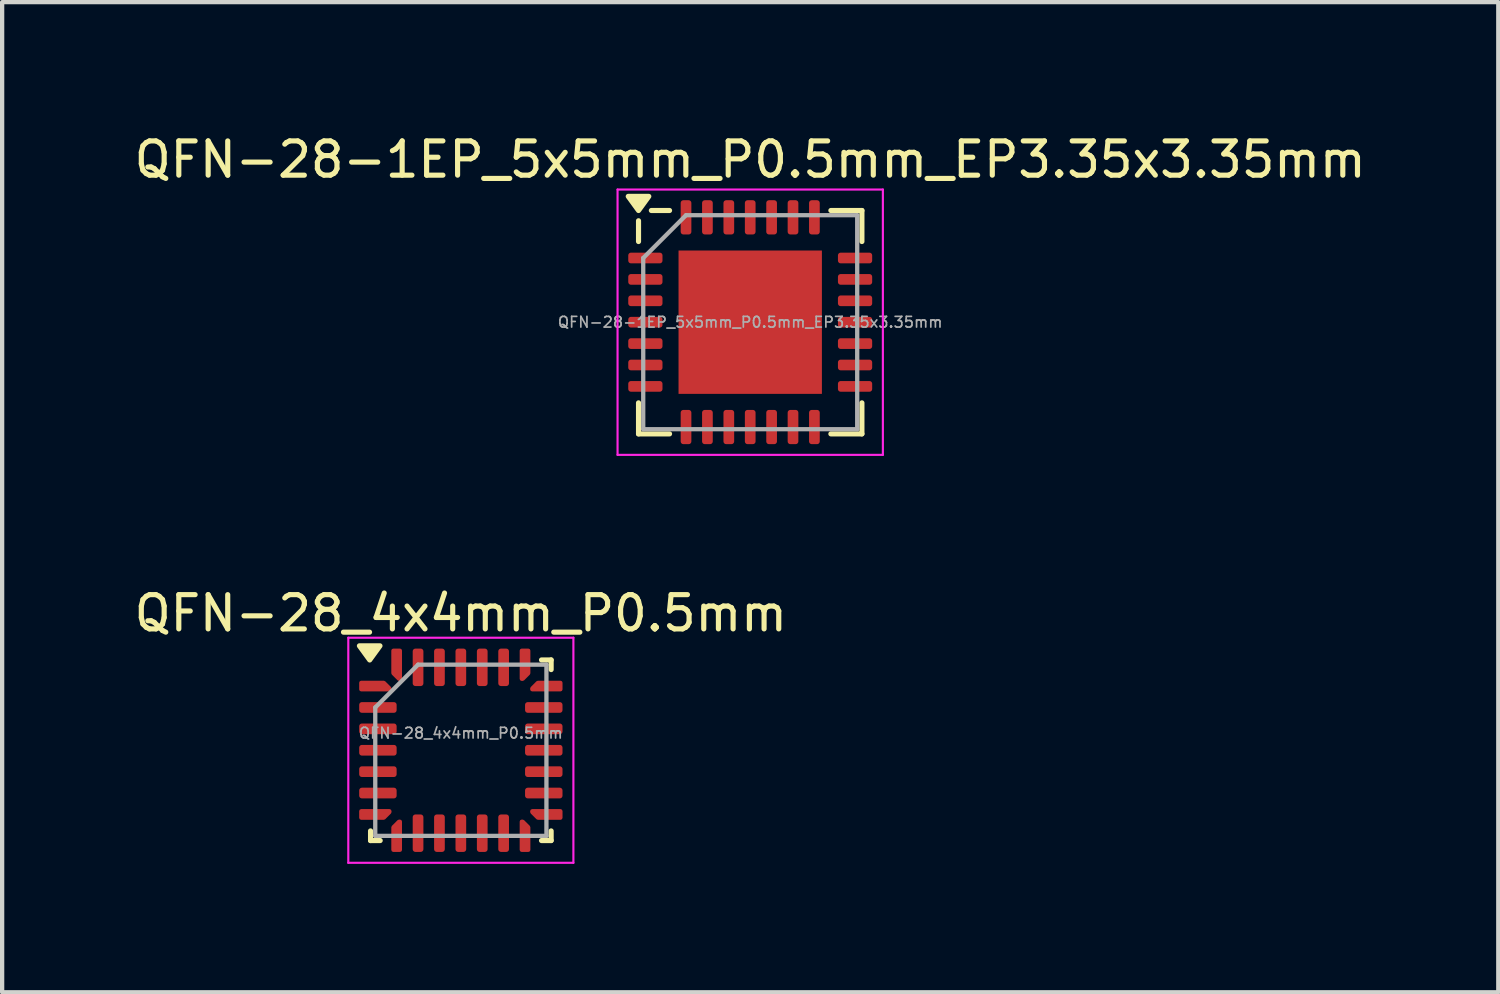
<source format=kicad_pcb>
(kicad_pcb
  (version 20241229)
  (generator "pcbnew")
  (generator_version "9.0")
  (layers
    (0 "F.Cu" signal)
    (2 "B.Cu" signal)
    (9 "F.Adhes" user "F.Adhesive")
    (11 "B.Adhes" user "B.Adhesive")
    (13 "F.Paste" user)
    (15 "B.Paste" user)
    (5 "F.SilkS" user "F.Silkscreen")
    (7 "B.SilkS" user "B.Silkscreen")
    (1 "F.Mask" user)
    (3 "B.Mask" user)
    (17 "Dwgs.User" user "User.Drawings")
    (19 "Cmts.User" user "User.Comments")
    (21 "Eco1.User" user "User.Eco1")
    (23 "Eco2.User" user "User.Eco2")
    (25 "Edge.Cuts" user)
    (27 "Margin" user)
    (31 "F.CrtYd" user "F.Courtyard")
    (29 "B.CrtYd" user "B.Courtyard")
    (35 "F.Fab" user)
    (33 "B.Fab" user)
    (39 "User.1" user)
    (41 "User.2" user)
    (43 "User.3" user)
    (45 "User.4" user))
  (footprint "QFN-28_4x4mm_P0.5mm"
    (layer "F.Cu")
    (at 7.719 14.482)
    (property "Reference" "QFN-28_4x4mm_P0.5mm" (at 0 -3.2 0) (layer "F.SilkS") (effects (font (size 0.8 0.8) (thickness 0.12))))
    (attr smd)
    (fp_line (start -2.11 2.11) (end -2.11 1.885) (stroke (width 0.12) (type solid)) (layer "F.SilkS"))
    (fp_line (start -1.885 2.11) (end -2.11 2.11) (stroke (width 0.12) (type solid)) (layer "F.SilkS"))
    (fp_line (start 1.885 -2.11) (end 2.11 -2.11) (stroke (width 0.12) (type solid)) (layer "F.SilkS"))
    (fp_line (start 1.885 2.11) (end 2.11 2.11) (stroke (width 0.12) (type solid)) (layer "F.SilkS"))
    (fp_line (start 2.11 -2.11) (end 2.11 -1.885) (stroke (width 0.12) (type solid)) (layer "F.SilkS"))
    (fp_line (start 2.11 2.11) (end 2.11 1.885) (stroke (width 0.12) (type solid)) (layer "F.SilkS"))
    (fp_poly (pts (xy -2.13 -2.11) (xy -2.37 -2.44) (xy -1.89 -2.44) (xy -2.13 -2.11)) (stroke (width 0.12) (type solid)) (fill yes) (layer "F.SilkS"))
    (fp_line (start -2.63 -2.63) (end -2.63 2.63) (stroke (width 0.05) (type solid)) (layer "F.CrtYd"))
    (fp_line (start -2.63 2.63) (end 2.63 2.63) (stroke (width 0.05) (type solid)) (layer "F.CrtYd"))
    (fp_line (start 2.63 -2.63) (end -2.63 -2.63) (stroke (width 0.05) (type solid)) (layer "F.CrtYd"))
    (fp_line (start 2.63 2.63) (end 2.63 -2.63) (stroke (width 0.05) (type solid)) (layer "F.CrtYd"))
    (fp_line (start -2 -1) (end -1 -2) (stroke (width 0.1) (type solid)) (layer "F.Fab"))
    (fp_line (start -2 2) (end -2 -1) (stroke (width 0.1) (type solid)) (layer "F.Fab"))
    (fp_line (start -1 -2) (end 2 -2) (stroke (width 0.1) (type solid)) (layer "F.Fab"))
    (fp_line (start 2 -2) (end 2 2) (stroke (width 0.1) (type solid)) (layer "F.Fab"))
    (fp_line (start 2 2) (end -2 2) (stroke (width 0.1) (type solid)) (layer "F.Fab"))
    (fp_text user "${REFERENCE}" (at 0 -0.4 0) (layer "F.Fab") (effects (font (size 0.25 0.25) (thickness 0.04))))
    (pad "1" smd custom (at -1.998 -1.5) (size 0.137 0.137) (layers "F.Cu" "F.Mask" "F.Paste") (options (anchor circle)) (primitives (gr_poly (pts (xy -0.333 -0.08) (xy 0.199 -0.08) (xy 0.333 0.054) (xy 0.333 0.08) (xy -0.333 0.08)) (width 0.09) (fill yes))))
    (pad "2" smd roundrect (at -1.938 -1) (size 0.875 0.25) (layers "F.Cu" "F.Mask" "F.Paste") (roundrect_rratio 0.25))
    (pad "3" smd roundrect (at -1.938 -0.5) (size 0.875 0.25) (layers "F.Cu" "F.Mask" "F.Paste") (roundrect_rratio 0.25))
    (pad "4" smd roundrect (at -1.938 0) (size 0.875 0.25) (layers "F.Cu" "F.Mask" "F.Paste") (roundrect_rratio 0.25))
    (pad "5" smd roundrect (at -1.938 0.5) (size 0.875 0.25) (layers "F.Cu" "F.Mask" "F.Paste") (roundrect_rratio 0.25))
    (pad "6" smd roundrect (at -1.938 1) (size 0.875 0.25) (layers "F.Cu" "F.Mask" "F.Paste") (roundrect_rratio 0.25))
    (pad "7" smd custom (at -1.998 1.5) (size 0.137 0.137) (layers "F.Cu" "F.Mask" "F.Paste") (options (anchor circle)) (primitives (gr_poly (pts (xy -0.333 -0.08) (xy 0.333 -0.08) (xy 0.333 -0.054) (xy 0.199 0.08) (xy -0.333 0.08)) (width 0.09) (fill yes))))
    (pad "8" smd custom (at -1.5 1.998) (size 0.137 0.137) (layers "F.Cu" "F.Mask" "F.Paste") (options (anchor circle)) (primitives (gr_poly (pts (xy -0.08 -0.199) (xy 0.054 -0.333) (xy 0.08 -0.333) (xy 0.08 0.333) (xy -0.08 0.333)) (width 0.09) (fill yes))))
    (pad "9" smd roundrect (at -1 1.938) (size 0.25 0.875) (layers "F.Cu" "F.Mask" "F.Paste") (roundrect_rratio 0.25))
    (pad "10" smd roundrect (at -0.5 1.938) (size 0.25 0.875) (layers "F.Cu" "F.Mask" "F.Paste") (roundrect_rratio 0.25))
    (pad "11" smd roundrect (at 0 1.938) (size 0.25 0.875) (layers "F.Cu" "F.Mask" "F.Paste") (roundrect_rratio 0.25))
    (pad "12" smd roundrect (at 0.5 1.938) (size 0.25 0.875) (layers "F.Cu" "F.Mask" "F.Paste") (roundrect_rratio 0.25))
    (pad "13" smd roundrect (at 1 1.938) (size 0.25 0.875) (layers "F.Cu" "F.Mask" "F.Paste") (roundrect_rratio 0.25))
    (pad "14" smd custom (at 1.5 1.998) (size 0.137 0.137) (layers "F.Cu" "F.Mask" "F.Paste") (options (anchor circle)) (primitives (gr_poly (pts (xy -0.08 -0.333) (xy -0.054 -0.333) (xy 0.08 -0.199) (xy 0.08 0.333) (xy -0.08 0.333)) (width 0.09) (fill yes))))
    (pad "15" smd custom (at 1.998 1.5) (size 0.137 0.137) (layers "F.Cu" "F.Mask" "F.Paste") (options (anchor circle)) (primitives (gr_poly (pts (xy -0.333 -0.08) (xy 0.333 -0.08) (xy 0.333 0.08) (xy -0.199 0.08) (xy -0.333 -0.054)) (width 0.09) (fill yes))))
    (pad "16" smd roundrect (at 1.938 1) (size 0.875 0.25) (layers "F.Cu" "F.Mask" "F.Paste") (roundrect_rratio 0.25))
    (pad "17" smd roundrect (at 1.938 0.5) (size 0.875 0.25) (layers "F.Cu" "F.Mask" "F.Paste") (roundrect_rratio 0.25))
    (pad "18" smd roundrect (at 1.938 0) (size 0.875 0.25) (layers "F.Cu" "F.Mask" "F.Paste") (roundrect_rratio 0.25))
    (pad "19" smd roundrect (at 1.938 -0.5) (size 0.875 0.25) (layers "F.Cu" "F.Mask" "F.Paste") (roundrect_rratio 0.25))
    (pad "20" smd roundrect (at 1.938 -1) (size 0.875 0.25) (layers "F.Cu" "F.Mask" "F.Paste") (roundrect_rratio 0.25))
    (pad "21" smd custom (at 1.998 -1.5) (size 0.137 0.137) (layers "F.Cu" "F.Mask" "F.Paste") (options (anchor circle)) (primitives (gr_poly (pts (xy -0.333 0.054) (xy -0.199 -0.08) (xy 0.333 -0.08) (xy 0.333 0.08) (xy -0.333 0.08)) (width 0.09) (fill yes))))
    (pad "22" smd custom (at 1.5 -1.998) (size 0.137 0.137) (layers "F.Cu" "F.Mask" "F.Paste") (options (anchor circle)) (primitives (gr_poly (pts (xy -0.08 -0.333) (xy 0.08 -0.333) (xy 0.08 0.199) (xy -0.054 0.333) (xy -0.08 0.333)) (width 0.09) (fill yes))))
    (pad "23" smd roundrect (at 1 -1.938) (size 0.25 0.875) (layers "F.Cu" "F.Mask" "F.Paste") (roundrect_rratio 0.25))
    (pad "24" smd roundrect (at 0.5 -1.938) (size 0.25 0.875) (layers "F.Cu" "F.Mask" "F.Paste") (roundrect_rratio 0.25))
    (pad "25" smd roundrect (at 0 -1.938) (size 0.25 0.875) (layers "F.Cu" "F.Mask" "F.Paste") (roundrect_rratio 0.25))
    (pad "26" smd roundrect (at -0.5 -1.938) (size 0.25 0.875) (layers "F.Cu" "F.Mask" "F.Paste") (roundrect_rratio 0.25))
    (pad "27" smd roundrect (at -1 -1.938) (size 0.25 0.875) (layers "F.Cu" "F.Mask" "F.Paste") (roundrect_rratio 0.25))
    (pad "28" smd custom (at -1.5 -1.998) (size 0.137 0.137) (layers "F.Cu" "F.Mask" "F.Paste") (options (anchor circle)) (primitives (gr_poly (pts (xy -0.08 -0.333) (xy 0.08 -0.333) (xy 0.08 0.333) (xy 0.054 0.333) (xy -0.08 0.199)) (width 0.09) (fill yes)))))
  (footprint "QFN-28-1EP_5x5mm_P0.5mm_EP3.35x3.35mm"
    (layer "F.Cu")
    (at 14.481 4.479)
    (property "Reference" "QFN-28-1EP_5x5mm_P0.5mm_EP3.35x3.35mm" (at 0 -3.8 0) (layer "F.SilkS") (effects (font (size 0.8 0.8) (thickness 0.12))))
    (attr smd)
    (fp_line (start -2.61 -1.885) (end -2.61 -2.37) (stroke (width 0.12) (type solid)) (layer "F.SilkS"))
    (fp_line (start -2.61 2.61) (end -2.61 1.885) (stroke (width 0.12) (type solid)) (layer "F.SilkS"))
    (fp_line (start -1.885 -2.61) (end -2.31 -2.61) (stroke (width 0.12) (type solid)) (layer "F.SilkS"))
    (fp_line (start -1.885 2.61) (end -2.61 2.61) (stroke (width 0.12) (type solid)) (layer "F.SilkS"))
    (fp_line (start 1.885 -2.61) (end 2.61 -2.61) (stroke (width 0.12) (type solid)) (layer "F.SilkS"))
    (fp_line (start 1.885 2.61) (end 2.61 2.61) (stroke (width 0.12) (type solid)) (layer "F.SilkS"))
    (fp_line (start 2.61 -2.61) (end 2.61 -1.885) (stroke (width 0.12) (type solid)) (layer "F.SilkS"))
    (fp_line (start 2.61 2.61) (end 2.61 1.885) (stroke (width 0.12) (type solid)) (layer "F.SilkS"))
    (fp_poly (pts (xy -2.61 -2.61) (xy -2.85 -2.94) (xy -2.37 -2.94) (xy -2.61 -2.61)) (stroke (width 0.12) (type solid)) (fill yes) (layer "F.SilkS"))
    (fp_line (start -3.1 -3.1) (end -3.1 3.1) (stroke (width 0.05) (type solid)) (layer "F.CrtYd"))
    (fp_line (start -3.1 3.1) (end 3.1 3.1) (stroke (width 0.05) (type solid)) (layer "F.CrtYd"))
    (fp_line (start 3.1 -3.1) (end -3.1 -3.1) (stroke (width 0.05) (type solid)) (layer "F.CrtYd"))
    (fp_line (start 3.1 3.1) (end 3.1 -3.1) (stroke (width 0.05) (type solid)) (layer "F.CrtYd"))
    (fp_line (start -2.5 -1.5) (end -1.5 -2.5) (stroke (width 0.1) (type solid)) (layer "F.Fab"))
    (fp_line (start -2.5 2.5) (end -2.5 -1.5) (stroke (width 0.1) (type solid)) (layer "F.Fab"))
    (fp_line (start -1.5 -2.5) (end 2.5 -2.5) (stroke (width 0.1) (type solid)) (layer "F.Fab"))
    (fp_line (start 2.5 -2.5) (end 2.5 2.5) (stroke (width 0.1) (type solid)) (layer "F.Fab"))
    (fp_line (start 2.5 2.5) (end -2.5 2.5) (stroke (width 0.1) (type solid)) (layer "F.Fab"))
    (fp_text user "${REFERENCE}" (at 0 0 0) (layer "F.Fab") (effects (font (size 0.25 0.25) (thickness 0.04))))
    (pad "" smd roundrect (at -1.12 -1.12) (size 0.9 0.9) (layers "F.Paste") (roundrect_rratio 0.25))
    (pad "" smd roundrect (at -1.12 0) (size 0.9 0.9) (layers "F.Paste") (roundrect_rratio 0.25))
    (pad "" smd roundrect (at -1.12 1.12) (size 0.9 0.9) (layers "F.Paste") (roundrect_rratio 0.25))
    (pad "" smd roundrect (at 0 -1.12) (size 0.9 0.9) (layers "F.Paste") (roundrect_rratio 0.25))
    (pad "" smd roundrect (at 0 0) (size 0.9 0.9) (layers "F.Paste") (roundrect_rratio 0.25))
    (pad "" smd roundrect (at 0 1.12) (size 0.9 0.9) (layers "F.Paste") (roundrect_rratio 0.25))
    (pad "" smd roundrect (at 1.12 -1.12) (size 0.9 0.9) (layers "F.Paste") (roundrect_rratio 0.25))
    (pad "" smd roundrect (at 1.12 0) (size 0.9 0.9) (layers "F.Paste") (roundrect_rratio 0.25))
    (pad "" smd roundrect (at 1.12 1.12) (size 0.9 0.9) (layers "F.Paste") (roundrect_rratio 0.25))
    (pad "1" smd roundrect (at -2.45 -1.5) (size 0.8 0.25) (layers "F.Cu" "F.Mask" "F.Paste") (roundrect_rratio 0.25))
    (pad "2" smd roundrect (at -2.45 -1) (size 0.8 0.25) (layers "F.Cu" "F.Mask" "F.Paste") (roundrect_rratio 0.25))
    (pad "3" smd roundrect (at -2.45 -0.5) (size 0.8 0.25) (layers "F.Cu" "F.Mask" "F.Paste") (roundrect_rratio 0.25))
    (pad "4" smd roundrect (at -2.45 0) (size 0.8 0.25) (layers "F.Cu" "F.Mask" "F.Paste") (roundrect_rratio 0.25))
    (pad "5" smd roundrect (at -2.45 0.5) (size 0.8 0.25) (layers "F.Cu" "F.Mask" "F.Paste") (roundrect_rratio 0.25))
    (pad "6" smd roundrect (at -2.45 1) (size 0.8 0.25) (layers "F.Cu" "F.Mask" "F.Paste") (roundrect_rratio 0.25))
    (pad "7" smd roundrect (at -2.45 1.5) (size 0.8 0.25) (layers "F.Cu" "F.Mask" "F.Paste") (roundrect_rratio 0.25))
    (pad "8" smd roundrect (at -1.5 2.45) (size 0.25 0.8) (layers "F.Cu" "F.Mask" "F.Paste") (roundrect_rratio 0.25))
    (pad "9" smd roundrect (at -1 2.45) (size 0.25 0.8) (layers "F.Cu" "F.Mask" "F.Paste") (roundrect_rratio 0.25))
    (pad "10" smd roundrect (at -0.5 2.45) (size 0.25 0.8) (layers "F.Cu" "F.Mask" "F.Paste") (roundrect_rratio 0.25))
    (pad "11" smd roundrect (at 0 2.45) (size 0.25 0.8) (layers "F.Cu" "F.Mask" "F.Paste") (roundrect_rratio 0.25))
    (pad "12" smd roundrect (at 0.5 2.45) (size 0.25 0.8) (layers "F.Cu" "F.Mask" "F.Paste") (roundrect_rratio 0.25))
    (pad "13" smd roundrect (at 1 2.45) (size 0.25 0.8) (layers "F.Cu" "F.Mask" "F.Paste") (roundrect_rratio 0.25))
    (pad "14" smd roundrect (at 1.5 2.45) (size 0.25 0.8) (layers "F.Cu" "F.Mask" "F.Paste") (roundrect_rratio 0.25))
    (pad "15" smd roundrect (at 2.45 1.5) (size 0.8 0.25) (layers "F.Cu" "F.Mask" "F.Paste") (roundrect_rratio 0.25))
    (pad "16" smd roundrect (at 2.45 1) (size 0.8 0.25) (layers "F.Cu" "F.Mask" "F.Paste") (roundrect_rratio 0.25))
    (pad "17" smd roundrect (at 2.45 0.5) (size 0.8 0.25) (layers "F.Cu" "F.Mask" "F.Paste") (roundrect_rratio 0.25))
    (pad "18" smd roundrect (at 2.45 0) (size 0.8 0.25) (layers "F.Cu" "F.Mask" "F.Paste") (roundrect_rratio 0.25))
    (pad "19" smd roundrect (at 2.45 -0.5) (size 0.8 0.25) (layers "F.Cu" "F.Mask" "F.Paste") (roundrect_rratio 0.25))
    (pad "20" smd roundrect (at 2.45 -1) (size 0.8 0.25) (layers "F.Cu" "F.Mask" "F.Paste") (roundrect_rratio 0.25))
    (pad "21" smd roundrect (at 2.45 -1.5) (size 0.8 0.25) (layers "F.Cu" "F.Mask" "F.Paste") (roundrect_rratio 0.25))
    (pad "22" smd roundrect (at 1.5 -2.45) (size 0.25 0.8) (layers "F.Cu" "F.Mask" "F.Paste") (roundrect_rratio 0.25))
    (pad "23" smd roundrect (at 1 -2.45) (size 0.25 0.8) (layers "F.Cu" "F.Mask" "F.Paste") (roundrect_rratio 0.25))
    (pad "24" smd roundrect (at 0.5 -2.45) (size 0.25 0.8) (layers "F.Cu" "F.Mask" "F.Paste") (roundrect_rratio 0.25))
    (pad "25" smd roundrect (at 0 -2.45) (size 0.25 0.8) (layers "F.Cu" "F.Mask" "F.Paste") (roundrect_rratio 0.25))
    (pad "26" smd roundrect (at -0.5 -2.45) (size 0.25 0.8) (layers "F.Cu" "F.Mask" "F.Paste") (roundrect_rratio 0.25))
    (pad "27" smd roundrect (at -1 -2.45) (size 0.25 0.8) (layers "F.Cu" "F.Mask" "F.Paste") (roundrect_rratio 0.25))
    (pad "28" smd roundrect (at -1.5 -2.45) (size 0.25 0.8) (layers "F.Cu" "F.Mask" "F.Paste") (roundrect_rratio 0.25))
    (pad "29" smd rect (at 0 0) (size 3.35 3.35) (property pad_prop_heatsink) (layers "F.Cu" "F.Mask")))
  (gr_rect
    (start -3 -3)
    (end 31.962 20.137)
    (stroke (width 0.1) (type default))
    (fill no)
    (layer "Edge.Cuts")))
</source>
